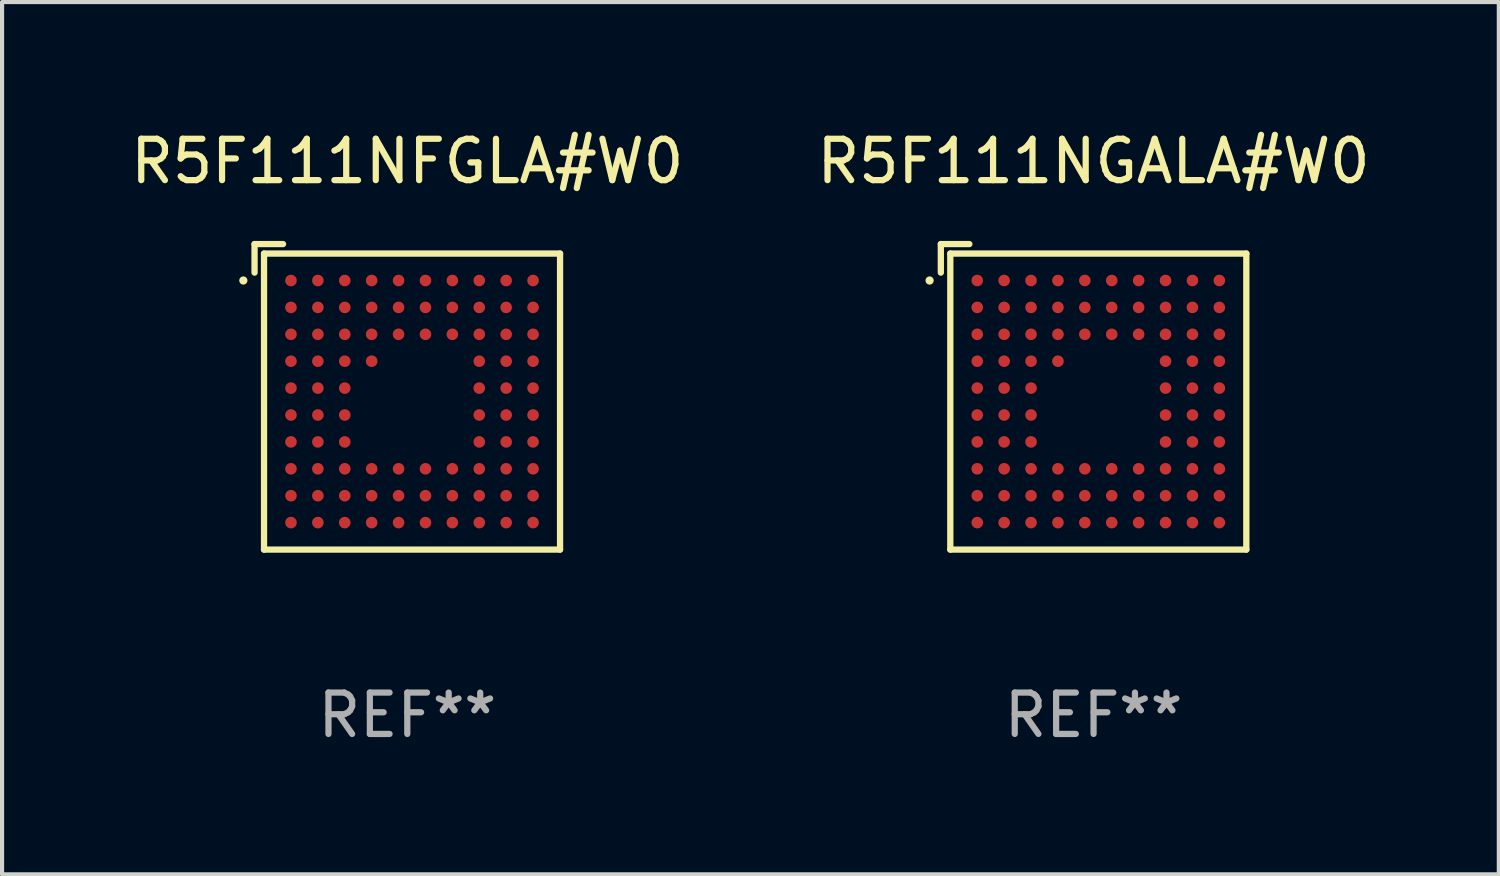
<source format=kicad_pcb>
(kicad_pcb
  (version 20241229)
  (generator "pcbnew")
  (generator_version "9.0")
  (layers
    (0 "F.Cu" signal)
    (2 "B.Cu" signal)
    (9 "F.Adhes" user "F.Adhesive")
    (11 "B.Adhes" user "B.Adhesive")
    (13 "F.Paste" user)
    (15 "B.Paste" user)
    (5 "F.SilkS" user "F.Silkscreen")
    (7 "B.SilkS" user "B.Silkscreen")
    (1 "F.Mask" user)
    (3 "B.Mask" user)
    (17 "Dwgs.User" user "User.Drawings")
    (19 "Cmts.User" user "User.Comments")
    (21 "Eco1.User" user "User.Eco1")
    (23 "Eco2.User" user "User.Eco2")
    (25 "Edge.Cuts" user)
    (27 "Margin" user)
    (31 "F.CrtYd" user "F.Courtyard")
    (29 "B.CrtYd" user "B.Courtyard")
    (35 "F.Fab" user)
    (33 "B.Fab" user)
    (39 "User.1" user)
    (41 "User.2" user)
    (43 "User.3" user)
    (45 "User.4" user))
  (footprint "R5F111NGALA#W0"
    (layer "F.Cu")
    (at 23.375 6.539)
    (property "Reference" "R5F111NGALA#W0" (at 0 -5.691 0) (layer "F.SilkS") (effects (font (size 1 1) (thickness 0.15))))
    (attr through_hole)
    (fp_line (start -3.691 -3.691) (end -3.002 -3.691) (stroke (width 0.152) (type solid)) (layer "F.SilkS"))
    (fp_line (start -3.691 -3.002) (end -3.691 -3.691) (stroke (width 0.152) (type solid)) (layer "F.SilkS"))
    (fp_line (start -3.462 -3.462) (end 3.691 -3.462) (stroke (width 0.152) (type solid)) (layer "F.SilkS"))
    (fp_line (start -3.462 3.691) (end -3.462 -3.462) (stroke (width 0.152) (type solid)) (layer "F.SilkS"))
    (fp_line (start 3.691 -3.462) (end 3.691 3.691) (stroke (width 0.152) (type solid)) (layer "F.SilkS"))
    (fp_line (start 3.691 3.691) (end -3.462 3.691) (stroke (width 0.152) (type solid)) (layer "F.SilkS"))
    (fp_circle (center -3.962 -2.811) (end -3.912 -2.811) (stroke (width 0.1) (type solid)) (fill no) (layer "F.SilkS"))
    (fp_text user "REF**" (at 0 7.691 0) (layer "F.Fab") (effects (font (size 1 1) (thickness 0.15))))
    (pad "A1" smd circle (at -2.811 -2.811) (size 0.28 0.28) (layers "F.Cu" "F.Mask" "F.Paste"))
    (pad "A2" smd circle (at -2.161 -2.811) (size 0.28 0.28) (layers "F.Cu" "F.Mask" "F.Paste"))
    (pad "A3" smd circle (at -1.511 -2.811) (size 0.28 0.28) (layers "F.Cu" "F.Mask" "F.Paste"))
    (pad "A4" smd circle (at -0.861 -2.811) (size 0.28 0.28) (layers "F.Cu" "F.Mask" "F.Paste"))
    (pad "A5" smd circle (at -0.211 -2.811) (size 0.28 0.28) (layers "F.Cu" "F.Mask" "F.Paste"))
    (pad "A6" smd circle (at 0.439 -2.811) (size 0.28 0.28) (layers "F.Cu" "F.Mask" "F.Paste"))
    (pad "A7" smd circle (at 1.089 -2.811) (size 0.28 0.28) (layers "F.Cu" "F.Mask" "F.Paste"))
    (pad "A8" smd circle (at 1.739 -2.811) (size 0.28 0.28) (layers "F.Cu" "F.Mask" "F.Paste"))
    (pad "A9" smd circle (at 2.389 -2.811) (size 0.28 0.28) (layers "F.Cu" "F.Mask" "F.Paste"))
    (pad "A10" smd circle (at 3.039 -2.811) (size 0.28 0.28) (layers "F.Cu" "F.Mask" "F.Paste"))
    (pad "B1" smd circle (at -2.811 -2.161) (size 0.28 0.28) (layers "F.Cu" "F.Mask" "F.Paste"))
    (pad "B2" smd circle (at -2.161 -2.161) (size 0.28 0.28) (layers "F.Cu" "F.Mask" "F.Paste"))
    (pad "B3" smd circle (at -1.511 -2.161) (size 0.28 0.28) (layers "F.Cu" "F.Mask" "F.Paste"))
    (pad "B4" smd circle (at -0.861 -2.161) (size 0.28 0.28) (layers "F.Cu" "F.Mask" "F.Paste"))
    (pad "B5" smd circle (at -0.211 -2.161) (size 0.28 0.28) (layers "F.Cu" "F.Mask" "F.Paste"))
    (pad "B6" smd circle (at 0.439 -2.161) (size 0.28 0.28) (layers "F.Cu" "F.Mask" "F.Paste"))
    (pad "B7" smd circle (at 1.089 -2.161) (size 0.28 0.28) (layers "F.Cu" "F.Mask" "F.Paste"))
    (pad "B8" smd circle (at 1.739 -2.161) (size 0.28 0.28) (layers "F.Cu" "F.Mask" "F.Paste"))
    (pad "B9" smd circle (at 2.389 -2.161) (size 0.28 0.28) (layers "F.Cu" "F.Mask" "F.Paste"))
    (pad "B10" smd circle (at 3.039 -2.161) (size 0.28 0.28) (layers "F.Cu" "F.Mask" "F.Paste"))
    (pad "C1" smd circle (at -2.811 -1.511) (size 0.28 0.28) (layers "F.Cu" "F.Mask" "F.Paste"))
    (pad "C2" smd circle (at -2.161 -1.511) (size 0.28 0.28) (layers "F.Cu" "F.Mask" "F.Paste"))
    (pad "C3" smd circle (at -1.511 -1.511) (size 0.28 0.28) (layers "F.Cu" "F.Mask" "F.Paste"))
    (pad "C4" smd circle (at -0.861 -1.511) (size 0.28 0.28) (layers "F.Cu" "F.Mask" "F.Paste"))
    (pad "C5" smd circle (at -0.211 -1.511) (size 0.28 0.28) (layers "F.Cu" "F.Mask" "F.Paste"))
    (pad "C6" smd circle (at 0.439 -1.511) (size 0.28 0.28) (layers "F.Cu" "F.Mask" "F.Paste"))
    (pad "C7" smd circle (at 1.089 -1.511) (size 0.28 0.28) (layers "F.Cu" "F.Mask" "F.Paste"))
    (pad "C8" smd circle (at 1.739 -1.511) (size 0.28 0.28) (layers "F.Cu" "F.Mask" "F.Paste"))
    (pad "C9" smd circle (at 2.389 -1.511) (size 0.28 0.28) (layers "F.Cu" "F.Mask" "F.Paste"))
    (pad "C10" smd circle (at 3.039 -1.511) (size 0.28 0.28) (layers "F.Cu" "F.Mask" "F.Paste"))
    (pad "D1" smd circle (at -2.811 -0.861) (size 0.28 0.28) (layers "F.Cu" "F.Mask" "F.Paste"))
    (pad "D2" smd circle (at -2.161 -0.861) (size 0.28 0.28) (layers "F.Cu" "F.Mask" "F.Paste"))
    (pad "D3" smd circle (at -1.511 -0.861) (size 0.28 0.28) (layers "F.Cu" "F.Mask" "F.Paste"))
    (pad "D4" smd circle (at -0.861 -0.861) (size 0.28 0.28) (layers "F.Cu" "F.Mask" "F.Paste"))
    (pad "D8" smd circle (at 1.739 -0.861) (size 0.28 0.28) (layers "F.Cu" "F.Mask" "F.Paste"))
    (pad "D9" smd circle (at 2.389 -0.861) (size 0.28 0.28) (layers "F.Cu" "F.Mask" "F.Paste"))
    (pad "D10" smd circle (at 3.039 -0.861) (size 0.28 0.28) (layers "F.Cu" "F.Mask" "F.Paste"))
    (pad "E1" smd circle (at -2.811 -0.211) (size 0.28 0.28) (layers "F.Cu" "F.Mask" "F.Paste"))
    (pad "E2" smd circle (at -2.161 -0.211) (size 0.28 0.28) (layers "F.Cu" "F.Mask" "F.Paste"))
    (pad "E3" smd circle (at -1.511 -0.211) (size 0.28 0.28) (layers "F.Cu" "F.Mask" "F.Paste"))
    (pad "E8" smd circle (at 1.739 -0.211) (size 0.28 0.28) (layers "F.Cu" "F.Mask" "F.Paste"))
    (pad "E9" smd circle (at 2.389 -0.211) (size 0.28 0.28) (layers "F.Cu" "F.Mask" "F.Paste"))
    (pad "E10" smd circle (at 3.039 -0.211) (size 0.28 0.28) (layers "F.Cu" "F.Mask" "F.Paste"))
    (pad "F1" smd circle (at -2.811 0.439) (size 0.28 0.28) (layers "F.Cu" "F.Mask" "F.Paste"))
    (pad "F2" smd circle (at -2.161 0.439) (size 0.28 0.28) (layers "F.Cu" "F.Mask" "F.Paste"))
    (pad "F3" smd circle (at -1.511 0.439) (size 0.28 0.28) (layers "F.Cu" "F.Mask" "F.Paste"))
    (pad "F8" smd circle (at 1.739 0.439) (size 0.28 0.28) (layers "F.Cu" "F.Mask" "F.Paste"))
    (pad "F9" smd circle (at 2.389 0.439) (size 0.28 0.28) (layers "F.Cu" "F.Mask" "F.Paste"))
    (pad "F10" smd circle (at 3.039 0.439) (size 0.28 0.28) (layers "F.Cu" "F.Mask" "F.Paste"))
    (pad "G1" smd circle (at -2.811 1.089) (size 0.28 0.28) (layers "F.Cu" "F.Mask" "F.Paste"))
    (pad "G2" smd circle (at -2.161 1.089) (size 0.28 0.28) (layers "F.Cu" "F.Mask" "F.Paste"))
    (pad "G3" smd circle (at -1.511 1.089) (size 0.28 0.28) (layers "F.Cu" "F.Mask" "F.Paste"))
    (pad "G8" smd circle (at 1.739 1.089) (size 0.28 0.28) (layers "F.Cu" "F.Mask" "F.Paste"))
    (pad "G9" smd circle (at 2.389 1.089) (size 0.28 0.28) (layers "F.Cu" "F.Mask" "F.Paste"))
    (pad "G10" smd circle (at 3.039 1.089) (size 0.28 0.28) (layers "F.Cu" "F.Mask" "F.Paste"))
    (pad "H1" smd circle (at -2.811 1.739) (size 0.28 0.28) (layers "F.Cu" "F.Mask" "F.Paste"))
    (pad "H2" smd circle (at -2.161 1.739) (size 0.28 0.28) (layers "F.Cu" "F.Mask" "F.Paste"))
    (pad "H3" smd circle (at -1.511 1.739) (size 0.28 0.28) (layers "F.Cu" "F.Mask" "F.Paste"))
    (pad "H4" smd circle (at -0.861 1.739) (size 0.28 0.28) (layers "F.Cu" "F.Mask" "F.Paste"))
    (pad "H5" smd circle (at -0.211 1.739) (size 0.28 0.28) (layers "F.Cu" "F.Mask" "F.Paste"))
    (pad "H6" smd circle (at 0.439 1.739) (size 0.28 0.28) (layers "F.Cu" "F.Mask" "F.Paste"))
    (pad "H7" smd circle (at 1.089 1.739) (size 0.28 0.28) (layers "F.Cu" "F.Mask" "F.Paste"))
    (pad "H8" smd circle (at 1.739 1.739) (size 0.28 0.28) (layers "F.Cu" "F.Mask" "F.Paste"))
    (pad "H9" smd circle (at 2.389 1.739) (size 0.28 0.28) (layers "F.Cu" "F.Mask" "F.Paste"))
    (pad "H10" smd circle (at 3.039 1.739) (size 0.28 0.28) (layers "F.Cu" "F.Mask" "F.Paste"))
    (pad "J1" smd circle (at -2.811 2.389) (size 0.28 0.28) (layers "F.Cu" "F.Mask" "F.Paste"))
    (pad "J2" smd circle (at -2.161 2.389) (size 0.28 0.28) (layers "F.Cu" "F.Mask" "F.Paste"))
    (pad "J3" smd circle (at -1.511 2.389) (size 0.28 0.28) (layers "F.Cu" "F.Mask" "F.Paste"))
    (pad "J4" smd circle (at -0.861 2.389) (size 0.28 0.28) (layers "F.Cu" "F.Mask" "F.Paste"))
    (pad "J5" smd circle (at -0.211 2.389) (size 0.28 0.28) (layers "F.Cu" "F.Mask" "F.Paste"))
    (pad "J6" smd circle (at 0.439 2.389) (size 0.28 0.28) (layers "F.Cu" "F.Mask" "F.Paste"))
    (pad "J7" smd circle (at 1.089 2.389) (size 0.28 0.28) (layers "F.Cu" "F.Mask" "F.Paste"))
    (pad "J8" smd circle (at 1.739 2.389) (size 0.28 0.28) (layers "F.Cu" "F.Mask" "F.Paste"))
    (pad "J9" smd circle (at 2.389 2.389) (size 0.28 0.28) (layers "F.Cu" "F.Mask" "F.Paste"))
    (pad "J10" smd circle (at 3.039 2.389) (size 0.28 0.28) (layers "F.Cu" "F.Mask" "F.Paste"))
    (pad "K1" smd circle (at -2.811 3.039) (size 0.28 0.28) (layers "F.Cu" "F.Mask" "F.Paste"))
    (pad "K2" smd circle (at -2.161 3.039) (size 0.28 0.28) (layers "F.Cu" "F.Mask" "F.Paste"))
    (pad "K3" smd circle (at -1.511 3.039) (size 0.28 0.28) (layers "F.Cu" "F.Mask" "F.Paste"))
    (pad "K4" smd circle (at -0.861 3.039) (size 0.28 0.28) (layers "F.Cu" "F.Mask" "F.Paste"))
    (pad "K5" smd circle (at -0.211 3.039) (size 0.28 0.28) (layers "F.Cu" "F.Mask" "F.Paste"))
    (pad "K6" smd circle (at 0.439 3.039) (size 0.28 0.28) (layers "F.Cu" "F.Mask" "F.Paste"))
    (pad "K7" smd circle (at 1.089 3.039) (size 0.28 0.28) (layers "F.Cu" "F.Mask" "F.Paste"))
    (pad "K8" smd circle (at 1.739 3.039) (size 0.28 0.28) (layers "F.Cu" "F.Mask" "F.Paste"))
    (pad "K9" smd circle (at 2.389 3.039) (size 0.28 0.28) (layers "F.Cu" "F.Mask" "F.Paste"))
    (pad "K10" smd circle (at 3.039 3.039) (size 0.28 0.28) (layers "F.Cu" "F.Mask" "F.Paste")))
  (footprint "R5F111NFGLA#W0"
    (layer "F.Cu")
    (at 6.792 6.539)
    (property "Reference" "R5F111NFGLA#W0" (at 0 -5.691 0) (layer "F.SilkS") (effects (font (size 1 1) (thickness 0.15))))
    (attr through_hole)
    (fp_line (start -3.691 -3.691) (end -3.002 -3.691) (stroke (width 0.152) (type solid)) (layer "F.SilkS"))
    (fp_line (start -3.691 -3.002) (end -3.691 -3.691) (stroke (width 0.152) (type solid)) (layer "F.SilkS"))
    (fp_line (start -3.462 -3.462) (end 3.691 -3.462) (stroke (width 0.152) (type solid)) (layer "F.SilkS"))
    (fp_line (start -3.462 3.691) (end -3.462 -3.462) (stroke (width 0.152) (type solid)) (layer "F.SilkS"))
    (fp_line (start 3.691 -3.462) (end 3.691 3.691) (stroke (width 0.152) (type solid)) (layer "F.SilkS"))
    (fp_line (start 3.691 3.691) (end -3.462 3.691) (stroke (width 0.152) (type solid)) (layer "F.SilkS"))
    (fp_circle (center -3.962 -2.811) (end -3.912 -2.811) (stroke (width 0.1) (type solid)) (fill no) (layer "F.SilkS"))
    (fp_text user "REF**" (at 0 7.691 0) (layer "F.Fab") (effects (font (size 1 1) (thickness 0.15))))
    (pad "A1" smd circle (at -2.811 -2.811) (size 0.28 0.28) (layers "F.Cu" "F.Mask" "F.Paste"))
    (pad "A2" smd circle (at -2.161 -2.811) (size 0.28 0.28) (layers "F.Cu" "F.Mask" "F.Paste"))
    (pad "A3" smd circle (at -1.511 -2.811) (size 0.28 0.28) (layers "F.Cu" "F.Mask" "F.Paste"))
    (pad "A4" smd circle (at -0.861 -2.811) (size 0.28 0.28) (layers "F.Cu" "F.Mask" "F.Paste"))
    (pad "A5" smd circle (at -0.211 -2.811) (size 0.28 0.28) (layers "F.Cu" "F.Mask" "F.Paste"))
    (pad "A6" smd circle (at 0.439 -2.811) (size 0.28 0.28) (layers "F.Cu" "F.Mask" "F.Paste"))
    (pad "A7" smd circle (at 1.089 -2.811) (size 0.28 0.28) (layers "F.Cu" "F.Mask" "F.Paste"))
    (pad "A8" smd circle (at 1.739 -2.811) (size 0.28 0.28) (layers "F.Cu" "F.Mask" "F.Paste"))
    (pad "A9" smd circle (at 2.389 -2.811) (size 0.28 0.28) (layers "F.Cu" "F.Mask" "F.Paste"))
    (pad "A10" smd circle (at 3.039 -2.811) (size 0.28 0.28) (layers "F.Cu" "F.Mask" "F.Paste"))
    (pad "B1" smd circle (at -2.811 -2.161) (size 0.28 0.28) (layers "F.Cu" "F.Mask" "F.Paste"))
    (pad "B2" smd circle (at -2.161 -2.161) (size 0.28 0.28) (layers "F.Cu" "F.Mask" "F.Paste"))
    (pad "B3" smd circle (at -1.511 -2.161) (size 0.28 0.28) (layers "F.Cu" "F.Mask" "F.Paste"))
    (pad "B4" smd circle (at -0.861 -2.161) (size 0.28 0.28) (layers "F.Cu" "F.Mask" "F.Paste"))
    (pad "B5" smd circle (at -0.211 -2.161) (size 0.28 0.28) (layers "F.Cu" "F.Mask" "F.Paste"))
    (pad "B6" smd circle (at 0.439 -2.161) (size 0.28 0.28) (layers "F.Cu" "F.Mask" "F.Paste"))
    (pad "B7" smd circle (at 1.089 -2.161) (size 0.28 0.28) (layers "F.Cu" "F.Mask" "F.Paste"))
    (pad "B8" smd circle (at 1.739 -2.161) (size 0.28 0.28) (layers "F.Cu" "F.Mask" "F.Paste"))
    (pad "B9" smd circle (at 2.389 -2.161) (size 0.28 0.28) (layers "F.Cu" "F.Mask" "F.Paste"))
    (pad "B10" smd circle (at 3.039 -2.161) (size 0.28 0.28) (layers "F.Cu" "F.Mask" "F.Paste"))
    (pad "C1" smd circle (at -2.811 -1.511) (size 0.28 0.28) (layers "F.Cu" "F.Mask" "F.Paste"))
    (pad "C2" smd circle (at -2.161 -1.511) (size 0.28 0.28) (layers "F.Cu" "F.Mask" "F.Paste"))
    (pad "C3" smd circle (at -1.511 -1.511) (size 0.28 0.28) (layers "F.Cu" "F.Mask" "F.Paste"))
    (pad "C4" smd circle (at -0.861 -1.511) (size 0.28 0.28) (layers "F.Cu" "F.Mask" "F.Paste"))
    (pad "C5" smd circle (at -0.211 -1.511) (size 0.28 0.28) (layers "F.Cu" "F.Mask" "F.Paste"))
    (pad "C6" smd circle (at 0.439 -1.511) (size 0.28 0.28) (layers "F.Cu" "F.Mask" "F.Paste"))
    (pad "C7" smd circle (at 1.089 -1.511) (size 0.28 0.28) (layers "F.Cu" "F.Mask" "F.Paste"))
    (pad "C8" smd circle (at 1.739 -1.511) (size 0.28 0.28) (layers "F.Cu" "F.Mask" "F.Paste"))
    (pad "C9" smd circle (at 2.389 -1.511) (size 0.28 0.28) (layers "F.Cu" "F.Mask" "F.Paste"))
    (pad "C10" smd circle (at 3.039 -1.511) (size 0.28 0.28) (layers "F.Cu" "F.Mask" "F.Paste"))
    (pad "D1" smd circle (at -2.811 -0.861) (size 0.28 0.28) (layers "F.Cu" "F.Mask" "F.Paste"))
    (pad "D2" smd circle (at -2.161 -0.861) (size 0.28 0.28) (layers "F.Cu" "F.Mask" "F.Paste"))
    (pad "D3" smd circle (at -1.511 -0.861) (size 0.28 0.28) (layers "F.Cu" "F.Mask" "F.Paste"))
    (pad "D4" smd circle (at -0.861 -0.861) (size 0.28 0.28) (layers "F.Cu" "F.Mask" "F.Paste"))
    (pad "D8" smd circle (at 1.739 -0.861) (size 0.28 0.28) (layers "F.Cu" "F.Mask" "F.Paste"))
    (pad "D9" smd circle (at 2.389 -0.861) (size 0.28 0.28) (layers "F.Cu" "F.Mask" "F.Paste"))
    (pad "D10" smd circle (at 3.039 -0.861) (size 0.28 0.28) (layers "F.Cu" "F.Mask" "F.Paste"))
    (pad "E1" smd circle (at -2.811 -0.211) (size 0.28 0.28) (layers "F.Cu" "F.Mask" "F.Paste"))
    (pad "E2" smd circle (at -2.161 -0.211) (size 0.28 0.28) (layers "F.Cu" "F.Mask" "F.Paste"))
    (pad "E3" smd circle (at -1.511 -0.211) (size 0.28 0.28) (layers "F.Cu" "F.Mask" "F.Paste"))
    (pad "E8" smd circle (at 1.739 -0.211) (size 0.28 0.28) (layers "F.Cu" "F.Mask" "F.Paste"))
    (pad "E9" smd circle (at 2.389 -0.211) (size 0.28 0.28) (layers "F.Cu" "F.Mask" "F.Paste"))
    (pad "E10" smd circle (at 3.039 -0.211) (size 0.28 0.28) (layers "F.Cu" "F.Mask" "F.Paste"))
    (pad "F1" smd circle (at -2.811 0.439) (size 0.28 0.28) (layers "F.Cu" "F.Mask" "F.Paste"))
    (pad "F2" smd circle (at -2.161 0.439) (size 0.28 0.28) (layers "F.Cu" "F.Mask" "F.Paste"))
    (pad "F3" smd circle (at -1.511 0.439) (size 0.28 0.28) (layers "F.Cu" "F.Mask" "F.Paste"))
    (pad "F8" smd circle (at 1.739 0.439) (size 0.28 0.28) (layers "F.Cu" "F.Mask" "F.Paste"))
    (pad "F9" smd circle (at 2.389 0.439) (size 0.28 0.28) (layers "F.Cu" "F.Mask" "F.Paste"))
    (pad "F10" smd circle (at 3.039 0.439) (size 0.28 0.28) (layers "F.Cu" "F.Mask" "F.Paste"))
    (pad "G1" smd circle (at -2.811 1.089) (size 0.28 0.28) (layers "F.Cu" "F.Mask" "F.Paste"))
    (pad "G2" smd circle (at -2.161 1.089) (size 0.28 0.28) (layers "F.Cu" "F.Mask" "F.Paste"))
    (pad "G3" smd circle (at -1.511 1.089) (size 0.28 0.28) (layers "F.Cu" "F.Mask" "F.Paste"))
    (pad "G8" smd circle (at 1.739 1.089) (size 0.28 0.28) (layers "F.Cu" "F.Mask" "F.Paste"))
    (pad "G9" smd circle (at 2.389 1.089) (size 0.28 0.28) (layers "F.Cu" "F.Mask" "F.Paste"))
    (pad "G10" smd circle (at 3.039 1.089) (size 0.28 0.28) (layers "F.Cu" "F.Mask" "F.Paste"))
    (pad "H1" smd circle (at -2.811 1.739) (size 0.28 0.28) (layers "F.Cu" "F.Mask" "F.Paste"))
    (pad "H2" smd circle (at -2.161 1.739) (size 0.28 0.28) (layers "F.Cu" "F.Mask" "F.Paste"))
    (pad "H3" smd circle (at -1.511 1.739) (size 0.28 0.28) (layers "F.Cu" "F.Mask" "F.Paste"))
    (pad "H4" smd circle (at -0.861 1.739) (size 0.28 0.28) (layers "F.Cu" "F.Mask" "F.Paste"))
    (pad "H5" smd circle (at -0.211 1.739) (size 0.28 0.28) (layers "F.Cu" "F.Mask" "F.Paste"))
    (pad "H6" smd circle (at 0.439 1.739) (size 0.28 0.28) (layers "F.Cu" "F.Mask" "F.Paste"))
    (pad "H7" smd circle (at 1.089 1.739) (size 0.28 0.28) (layers "F.Cu" "F.Mask" "F.Paste"))
    (pad "H8" smd circle (at 1.739 1.739) (size 0.28 0.28) (layers "F.Cu" "F.Mask" "F.Paste"))
    (pad "H9" smd circle (at 2.389 1.739) (size 0.28 0.28) (layers "F.Cu" "F.Mask" "F.Paste"))
    (pad "H10" smd circle (at 3.039 1.739) (size 0.28 0.28) (layers "F.Cu" "F.Mask" "F.Paste"))
    (pad "J1" smd circle (at -2.811 2.389) (size 0.28 0.28) (layers "F.Cu" "F.Mask" "F.Paste"))
    (pad "J2" smd circle (at -2.161 2.389) (size 0.28 0.28) (layers "F.Cu" "F.Mask" "F.Paste"))
    (pad "J3" smd circle (at -1.511 2.389) (size 0.28 0.28) (layers "F.Cu" "F.Mask" "F.Paste"))
    (pad "J4" smd circle (at -0.861 2.389) (size 0.28 0.28) (layers "F.Cu" "F.Mask" "F.Paste"))
    (pad "J5" smd circle (at -0.211 2.389) (size 0.28 0.28) (layers "F.Cu" "F.Mask" "F.Paste"))
    (pad "J6" smd circle (at 0.439 2.389) (size 0.28 0.28) (layers "F.Cu" "F.Mask" "F.Paste"))
    (pad "J7" smd circle (at 1.089 2.389) (size 0.28 0.28) (layers "F.Cu" "F.Mask" "F.Paste"))
    (pad "J8" smd circle (at 1.739 2.389) (size 0.28 0.28) (layers "F.Cu" "F.Mask" "F.Paste"))
    (pad "J9" smd circle (at 2.389 2.389) (size 0.28 0.28) (layers "F.Cu" "F.Mask" "F.Paste"))
    (pad "J10" smd circle (at 3.039 2.389) (size 0.28 0.28) (layers "F.Cu" "F.Mask" "F.Paste"))
    (pad "K1" smd circle (at -2.811 3.039) (size 0.28 0.28) (layers "F.Cu" "F.Mask" "F.Paste"))
    (pad "K2" smd circle (at -2.161 3.039) (size 0.28 0.28) (layers "F.Cu" "F.Mask" "F.Paste"))
    (pad "K3" smd circle (at -1.511 3.039) (size 0.28 0.28) (layers "F.Cu" "F.Mask" "F.Paste"))
    (pad "K4" smd circle (at -0.861 3.039) (size 0.28 0.28) (layers "F.Cu" "F.Mask" "F.Paste"))
    (pad "K5" smd circle (at -0.211 3.039) (size 0.28 0.28) (layers "F.Cu" "F.Mask" "F.Paste"))
    (pad "K6" smd circle (at 0.439 3.039) (size 0.28 0.28) (layers "F.Cu" "F.Mask" "F.Paste"))
    (pad "K7" smd circle (at 1.089 3.039) (size 0.28 0.28) (layers "F.Cu" "F.Mask" "F.Paste"))
    (pad "K8" smd circle (at 1.739 3.039) (size 0.28 0.28) (layers "F.Cu" "F.Mask" "F.Paste"))
    (pad "K9" smd circle (at 2.389 3.039) (size 0.28 0.28) (layers "F.Cu" "F.Mask" "F.Paste"))
    (pad "K10" smd circle (at 3.039 3.039) (size 0.28 0.28) (layers "F.Cu" "F.Mask" "F.Paste")))
  (gr_rect
    (start -3 -3)
    (end 33.167 18.078)
    (stroke (width 0.1) (type default))
    (fill no)
    (layer "Edge.Cuts")))
</source>
